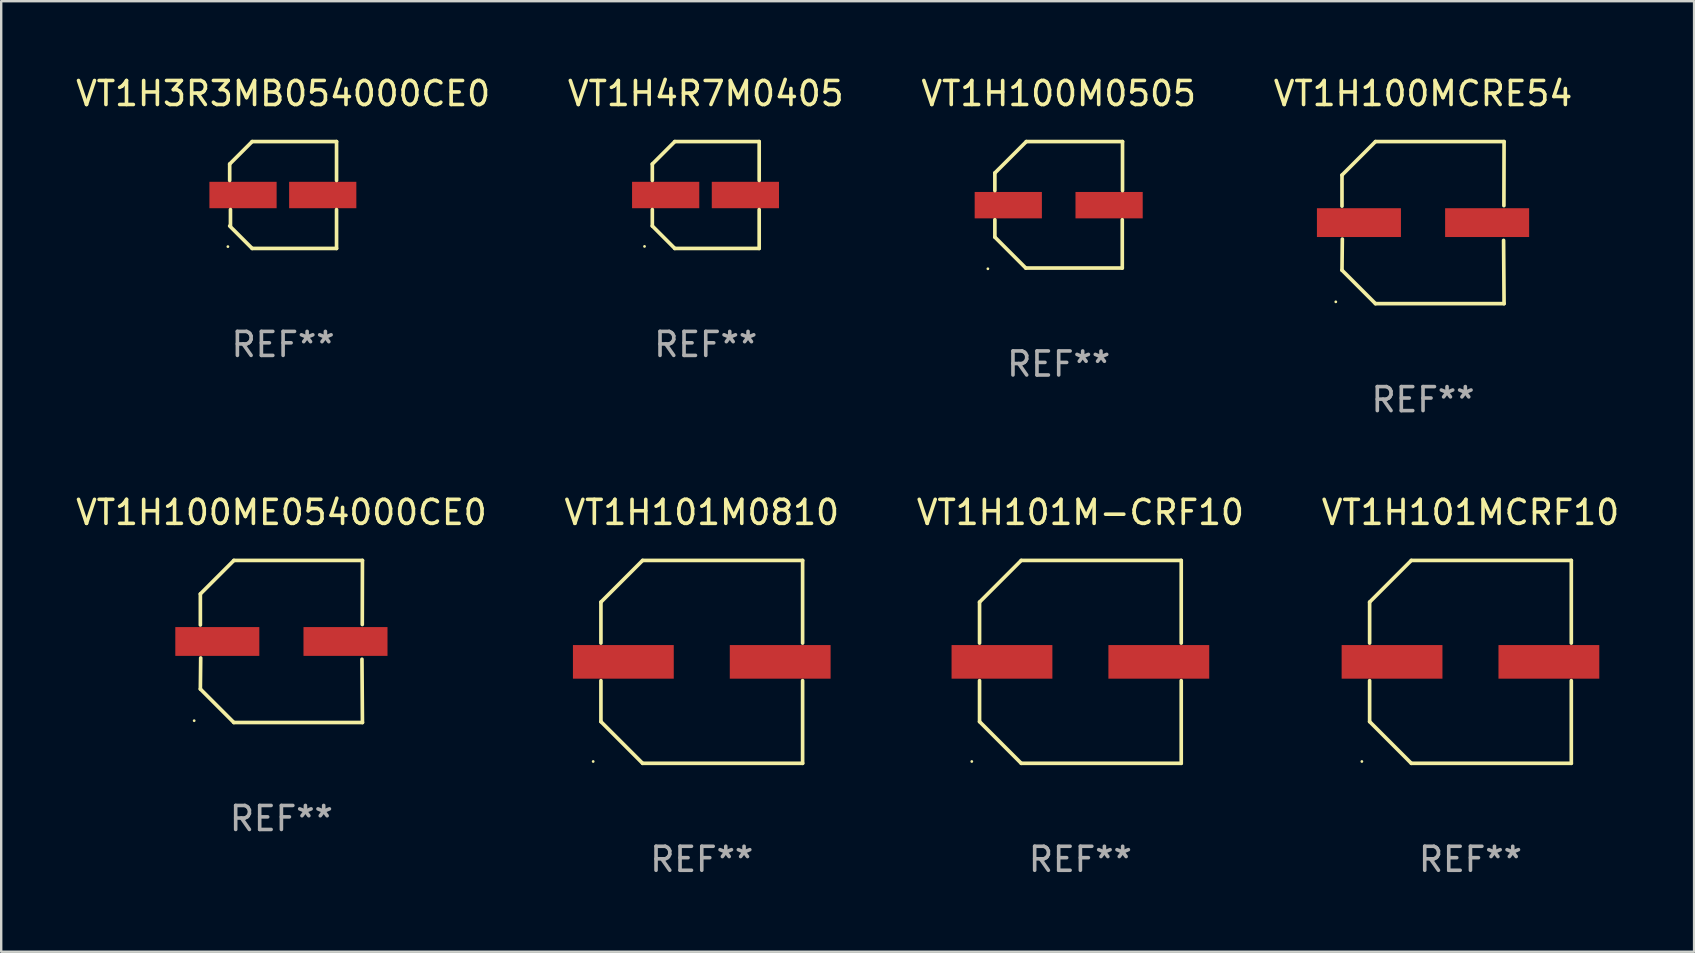
<source format=kicad_pcb>
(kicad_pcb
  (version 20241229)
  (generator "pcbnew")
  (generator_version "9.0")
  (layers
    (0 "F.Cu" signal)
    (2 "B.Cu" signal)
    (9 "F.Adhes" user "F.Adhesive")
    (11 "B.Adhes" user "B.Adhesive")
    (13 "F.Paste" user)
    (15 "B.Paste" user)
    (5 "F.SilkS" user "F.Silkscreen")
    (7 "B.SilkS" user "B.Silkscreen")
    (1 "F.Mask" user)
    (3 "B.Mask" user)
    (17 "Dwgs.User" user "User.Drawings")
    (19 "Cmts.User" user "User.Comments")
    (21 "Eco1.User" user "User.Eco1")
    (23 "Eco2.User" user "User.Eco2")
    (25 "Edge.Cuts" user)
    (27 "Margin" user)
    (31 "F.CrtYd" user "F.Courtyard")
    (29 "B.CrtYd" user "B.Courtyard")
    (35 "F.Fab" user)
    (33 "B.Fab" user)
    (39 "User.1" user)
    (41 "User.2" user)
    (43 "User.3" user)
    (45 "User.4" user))
  (footprint "VT1H100ME054000CE0"
    (layer "F.Cu")
    (at 8.673 23.673)
    (property "Reference" "VT1H100ME054000CE0" (at 0 -5.376 0) (layer "F.SilkS") (effects (font (size 1 1) (thickness 0.15))))
    (attr through_hole)
    (fp_line (start -3.376 -1.98) (end -3.376 -0.686) (stroke (width 0.152) (type solid)) (layer "F.SilkS"))
    (fp_line (start -3.376 1.981) (end -3.362 0.686) (stroke (width 0.152) (type solid)) (layer "F.SilkS"))
    (fp_line (start -1.981 3.376) (end -3.376 1.981) (stroke (width 0.152) (type solid)) (layer "F.SilkS"))
    (fp_line (start -1.98 -3.376) (end -3.376 -1.98) (stroke (width 0.152) (type solid)) (layer "F.SilkS"))
    (fp_line (start 3.356 0.74) (end 3.376 3.376) (stroke (width 0.152) (type solid)) (layer "F.SilkS"))
    (fp_line (start 3.369 -0.707) (end 3.376 -3.376) (stroke (width 0.152) (type solid)) (layer "F.SilkS"))
    (fp_line (start 3.376 3.376) (end -1.981 3.376) (stroke (width 0.152) (type solid)) (layer "F.SilkS"))
    (fp_line (start 3.376 -3.376) (end -1.98 -3.376) (stroke (width 0.152) (type solid)) (layer "F.SilkS"))
    (fp_circle (center -3.634 3.3) (end -3.604 3.3) (stroke (width 0.06) (type solid)) (fill no) (layer "F.SilkS"))
    (fp_text user "REF**" (at 0 7.376 0) (layer "F.Fab") (effects (font (size 1 1) (thickness 0.15))))
    (pad "1" smd rect (at -2.67 0.000254) (size 3.5 1.2) (layers "F.Cu" "F.Mask" "F.Paste"))
    (pad "2" smd rect (at 2.67 0.000254) (size 3.5 1.2) (layers "F.Cu" "F.Mask" "F.Paste")))
  (footprint "VT1H4R7M0405"
    (layer "F.Cu")
    (at 26.351 5.074)
    (property "Reference" "VT1H4R7M0405" (at 0 -4.226 0) (layer "F.SilkS") (effects (font (size 1 1) (thickness 0.15))))
    (attr through_hole)
    (fp_line (start -2.226 -1.29) (end -2.226 -0.607) (stroke (width 0.152) (type solid)) (layer "F.SilkS"))
    (fp_line (start -2.226 1.29) (end -2.226 0.607) (stroke (width 0.152) (type solid)) (layer "F.SilkS"))
    (fp_line (start -1.29 -2.226) (end -2.226 -1.29) (stroke (width 0.152) (type solid)) (layer "F.SilkS"))
    (fp_line (start -1.29 2.226) (end -2.226 1.29) (stroke (width 0.152) (type solid)) (layer "F.SilkS"))
    (fp_line (start 2.226 -2.226) (end -1.29 -2.226) (stroke (width 0.152) (type solid)) (layer "F.SilkS"))
    (fp_line (start 2.226 -0.607) (end 2.226 -2.226) (stroke (width 0.152) (type solid)) (layer "F.SilkS"))
    (fp_line (start 2.226 0.607) (end 2.226 2.226) (stroke (width 0.152) (type solid)) (layer "F.SilkS"))
    (fp_line (start 2.226 2.226) (end -1.29 2.226) (stroke (width 0.152) (type solid)) (layer "F.SilkS"))
    (fp_circle (center -2.551 2.141) (end -2.521 2.141) (stroke (width 0.06) (type solid)) (fill no) (layer "F.SilkS"))
    (fp_text user "REF**" (at 0 6.226 0) (layer "F.Fab") (effects (font (size 1 1) (thickness 0.15))))
    (pad "1" smd rect (at -1.67 -0.000025) (size 2.8 1.1) (layers "F.Cu" "F.Mask" "F.Paste"))
    (pad "2" smd rect (at 1.651 -0.000025) (size 2.8 1.1) (layers "F.Cu" "F.Mask" "F.Paste")))
  (footprint "VT1H3R3MB054000CE0"
    (layer "F.Cu")
    (at 8.744 5.074)
    (property "Reference" "VT1H3R3MB054000CE0" (at 0 -4.226 0) (layer "F.SilkS") (effects (font (size 1 1) (thickness 0.15))))
    (attr through_hole)
    (fp_line (start -2.226 -1.29) (end -2.226 -0.607) (stroke (width 0.152) (type solid)) (layer "F.SilkS"))
    (fp_line (start -2.193 1.29) (end -2.193 0.607) (stroke (width 0.152) (type solid)) (layer "F.SilkS"))
    (fp_line (start -1.29 2.226) (end -2.226 1.29) (stroke (width 0.152) (type solid)) (layer "F.SilkS"))
    (fp_line (start -1.29 -2.226) (end -2.226 -1.29) (stroke (width 0.152) (type solid)) (layer "F.SilkS"))
    (fp_line (start 2.226 -2.226) (end -1.29 -2.226) (stroke (width 0.152) (type solid)) (layer "F.SilkS"))
    (fp_line (start 2.226 -0.607) (end 2.226 -2.226) (stroke (width 0.152) (type solid)) (layer "F.SilkS"))
    (fp_line (start 2.226 0.607) (end 2.226 2.226) (stroke (width 0.152) (type solid)) (layer "F.SilkS"))
    (fp_line (start 2.226 2.226) (end -1.29 2.226) (stroke (width 0.152) (type solid)) (layer "F.SilkS"))
    (fp_circle (center -2.3 2.15) (end -2.27 2.15) (stroke (width 0.06) (type solid)) (fill no) (layer "F.SilkS"))
    (fp_text user "REF**" (at 0 6.226 0) (layer "F.Fab") (effects (font (size 1 1) (thickness 0.15))))
    (pad "1" smd rect (at -1.67 -0.000025) (size 2.8 1.1) (layers "F.Cu" "F.Mask" "F.Paste"))
    (pad "2" smd rect (at 1.651 -0.000025) (size 2.8 1.1) (layers "F.Cu" "F.Mask" "F.Paste")))
  (footprint "VT1H101MCRF10"
    (layer "F.Cu")
    (at 58.208 24.523)
    (property "Reference" "VT1H101MCRF10" (at 0 -6.226 0) (layer "F.SilkS") (effects (font (size 1 1) (thickness 0.15))))
    (attr through_hole)
    (fp_line (start -4.201 -2.49) (end -4.201 -0.782) (stroke (width 0.152) (type solid)) (layer "F.SilkS"))
    (fp_line (start -4.201 2.49) (end -4.201 0.782) (stroke (width 0.152) (type solid)) (layer "F.SilkS"))
    (fp_line (start -2.465 -4.226) (end -4.201 -2.49) (stroke (width 0.152) (type solid)) (layer "F.SilkS"))
    (fp_line (start -2.465 4.226) (end -4.201 2.49) (stroke (width 0.152) (type solid)) (layer "F.SilkS"))
    (fp_line (start 4.201 -4.226) (end -2.465 -4.226) (stroke (width 0.152) (type solid)) (layer "F.SilkS"))
    (fp_line (start 4.201 -0.782) (end 4.201 -4.226) (stroke (width 0.152) (type solid)) (layer "F.SilkS"))
    (fp_line (start 4.201 0.782) (end 4.201 4.226) (stroke (width 0.152) (type solid)) (layer "F.SilkS"))
    (fp_line (start 4.201 4.226) (end -2.465 4.226) (stroke (width 0.152) (type solid)) (layer "F.SilkS"))
    (fp_circle (center -4.524 4.15) (end -4.494 4.15) (stroke (width 0.06) (type solid)) (fill no) (layer "F.SilkS"))
    (fp_text user "REF**" (at 0 8.226 0) (layer "F.Fab") (effects (font (size 1 1) (thickness 0.15))))
    (pad "1" smd rect (at -3.267 0) (size 4.2 1.4) (layers "F.Cu" "F.Mask" "F.Paste"))
    (pad "2" smd rect (at 3.267 0) (size 4.2 1.4) (layers "F.Cu" "F.Mask" "F.Paste")))
  (footprint "VT1H100M0505"
    (layer "F.Cu")
    (at 41.054 5.482)
    (property "Reference" "VT1H100M0505" (at 0 -4.634 0) (layer "F.SilkS") (effects (font (size 1 1) (thickness 0.15))))
    (attr through_hole)
    (fp_line (start -2.659 -1.326) (end -2.659 -0.592) (stroke (width 0.152) (type solid)) (layer "F.SilkS"))
    (fp_line (start -2.659 1.346) (end -2.659 0.622) (stroke (width 0.152) (type solid)) (layer "F.SilkS"))
    (fp_line (start -1.372 2.634) (end -2.659 1.346) (stroke (width 0.152) (type solid)) (layer "F.SilkS"))
    (fp_line (start -1.349 -2.634) (end -2.659 -1.326) (stroke (width 0.152) (type solid)) (layer "F.SilkS"))
    (fp_line (start 2.649 0.622) (end 2.649 2.634) (stroke (width 0.152) (type solid)) (layer "F.SilkS"))
    (fp_line (start 2.649 2.634) (end -1.372 2.634) (stroke (width 0.152) (type solid)) (layer "F.SilkS"))
    (fp_line (start 2.659 -2.634) (end -1.349 -2.634) (stroke (width 0.152) (type solid)) (layer "F.SilkS"))
    (fp_line (start 2.659 -0.592) (end 2.659 -2.634) (stroke (width 0.152) (type solid)) (layer "F.SilkS"))
    (fp_circle (center -2.95 2.665) (end -2.92 2.665) (stroke (width 0.06) (type solid)) (fill no) (layer "F.SilkS"))
    (fp_text user "REF**" (at 0 6.634 0) (layer "F.Fab") (effects (font (size 1 1) (thickness 0.15))))
    (pad "1" smd rect (at -2.1 0.015) (size 2.8 1.1) (layers "F.Cu" "F.Mask" "F.Paste"))
    (pad "2" smd rect (at 2.1 0.015) (size 2.8 1.1) (layers "F.Cu" "F.Mask" "F.Paste")))
  (footprint "VT1H100MCRE54"
    (layer "F.Cu")
    (at 56.232 6.224)
    (property "Reference" "VT1H100MCRE54" (at 0 -5.376 0) (layer "F.SilkS") (effects (font (size 1 1) (thickness 0.15))))
    (attr through_hole)
    (fp_line (start -3.376 -1.98) (end -3.376 -0.686) (stroke (width 0.152) (type solid)) (layer "F.SilkS"))
    (fp_line (start -3.376 1.981) (end -3.362 0.686) (stroke (width 0.152) (type solid)) (layer "F.SilkS"))
    (fp_line (start -1.981 3.376) (end -3.376 1.981) (stroke (width 0.152) (type solid)) (layer "F.SilkS"))
    (fp_line (start -1.98 -3.376) (end -3.376 -1.98) (stroke (width 0.152) (type solid)) (layer "F.SilkS"))
    (fp_line (start 3.356 0.74) (end 3.376 3.376) (stroke (width 0.152) (type solid)) (layer "F.SilkS"))
    (fp_line (start 3.369 -0.707) (end 3.376 -3.376) (stroke (width 0.152) (type solid)) (layer "F.SilkS"))
    (fp_line (start 3.376 3.376) (end -1.981 3.376) (stroke (width 0.152) (type solid)) (layer "F.SilkS"))
    (fp_line (start 3.376 -3.376) (end -1.98 -3.376) (stroke (width 0.152) (type solid)) (layer "F.SilkS"))
    (fp_circle (center -3.634 3.3) (end -3.604 3.3) (stroke (width 0.06) (type solid)) (fill no) (layer "F.SilkS"))
    (fp_text user "REF**" (at 0 7.376 0) (layer "F.Fab") (effects (font (size 1 1) (thickness 0.15))))
    (pad "1" smd rect (at -2.67 0.000254) (size 3.5 1.2) (layers "F.Cu" "F.Mask" "F.Paste"))
    (pad "2" smd rect (at 2.67 0.000254) (size 3.5 1.2) (layers "F.Cu" "F.Mask" "F.Paste")))
  (footprint "VT1H101M-CRF10"
    (layer "F.Cu")
    (at 41.958 24.523)
    (property "Reference" "VT1H101M-CRF10" (at 0 -6.226 0) (layer "F.SilkS") (effects (font (size 1 1) (thickness 0.15))))
    (attr through_hole)
    (fp_line (start -4.201 -2.49) (end -4.201 -0.782) (stroke (width 0.152) (type solid)) (layer "F.SilkS"))
    (fp_line (start -4.201 2.49) (end -4.201 0.782) (stroke (width 0.152) (type solid)) (layer "F.SilkS"))
    (fp_line (start -2.465 -4.226) (end -4.201 -2.49) (stroke (width 0.152) (type solid)) (layer "F.SilkS"))
    (fp_line (start -2.465 4.226) (end -4.201 2.49) (stroke (width 0.152) (type solid)) (layer "F.SilkS"))
    (fp_line (start 4.201 -4.226) (end -2.465 -4.226) (stroke (width 0.152) (type solid)) (layer "F.SilkS"))
    (fp_line (start 4.201 -0.782) (end 4.201 -4.226) (stroke (width 0.152) (type solid)) (layer "F.SilkS"))
    (fp_line (start 4.201 0.782) (end 4.201 4.226) (stroke (width 0.152) (type solid)) (layer "F.SilkS"))
    (fp_line (start 4.201 4.226) (end -2.465 4.226) (stroke (width 0.152) (type solid)) (layer "F.SilkS"))
    (fp_circle (center -4.524 4.15) (end -4.494 4.15) (stroke (width 0.06) (type solid)) (fill no) (layer "F.SilkS"))
    (fp_text user "REF**" (at 0 8.226 0) (layer "F.Fab") (effects (font (size 1 1) (thickness 0.15))))
    (pad "1" smd rect (at -3.267 0) (size 4.2 1.4) (layers "F.Cu" "F.Mask" "F.Paste"))
    (pad "2" smd rect (at 3.267 0) (size 4.2 1.4) (layers "F.Cu" "F.Mask" "F.Paste")))
  (footprint "VT1H101M0810"
    (layer "F.Cu")
    (at 26.185 24.523)
    (property "Reference" "VT1H101M0810" (at 0 -6.226 0) (layer "F.SilkS") (effects (font (size 1 1) (thickness 0.15))))
    (attr through_hole)
    (fp_line (start -4.201 -2.49) (end -4.201 -0.782) (stroke (width 0.152) (type solid)) (layer "F.SilkS"))
    (fp_line (start -4.201 2.49) (end -4.201 0.782) (stroke (width 0.152) (type solid)) (layer "F.SilkS"))
    (fp_line (start -2.465 -4.226) (end -4.201 -2.49) (stroke (width 0.152) (type solid)) (layer "F.SilkS"))
    (fp_line (start -2.465 4.226) (end -4.201 2.49) (stroke (width 0.152) (type solid)) (layer "F.SilkS"))
    (fp_line (start 4.201 -4.226) (end -2.465 -4.226) (stroke (width 0.152) (type solid)) (layer "F.SilkS"))
    (fp_line (start 4.201 -0.782) (end 4.201 -4.226) (stroke (width 0.152) (type solid)) (layer "F.SilkS"))
    (fp_line (start 4.201 0.782) (end 4.201 4.226) (stroke (width 0.152) (type solid)) (layer "F.SilkS"))
    (fp_line (start 4.201 4.226) (end -2.465 4.226) (stroke (width 0.152) (type solid)) (layer "F.SilkS"))
    (fp_circle (center -4.524 4.15) (end -4.494 4.15) (stroke (width 0.06) (type solid)) (fill no) (layer "F.SilkS"))
    (fp_text user "REF**" (at 0 8.226 0) (layer "F.Fab") (effects (font (size 1 1) (thickness 0.15))))
    (pad "1" smd rect (at -3.267 0) (size 4.2 1.4) (layers "F.Cu" "F.Mask" "F.Paste"))
    (pad "2" smd rect (at 3.267 0) (size 4.2 1.4) (layers "F.Cu" "F.Mask" "F.Paste")))
  (gr_rect
    (start -3 -3)
    (end 67.524 36.597)
    (stroke (width 0.1) (type default))
    (fill no)
    (layer "Edge.Cuts")))
</source>
